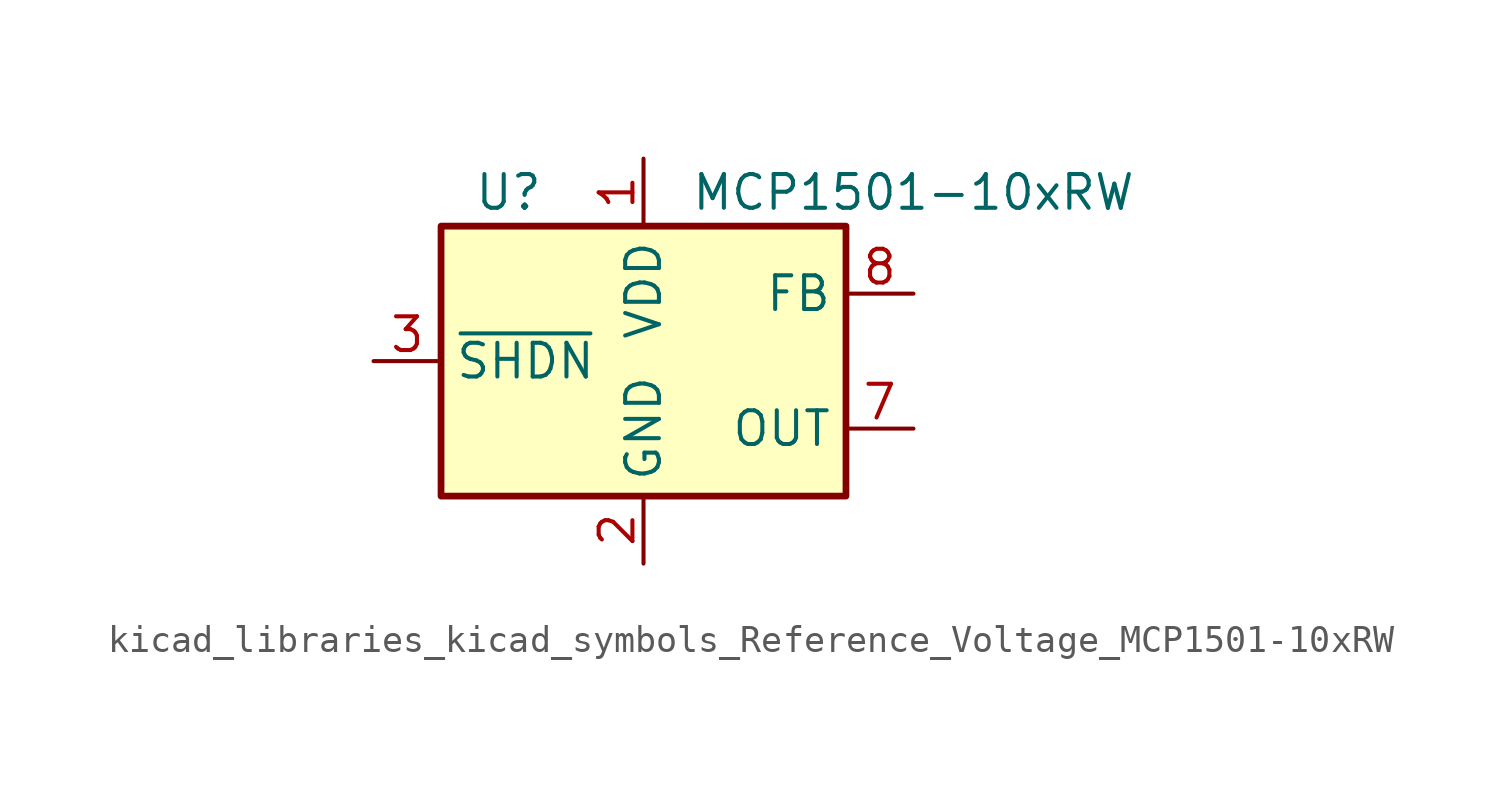
<source format=kicad_sym>
(kicad_symbol_lib
  (version 20220914)
  (generator kicad_symbol_editor)
  (symbol "kicad_libraries_kicad_symbols_Reference_Voltage_MCP1501-10xRW"
    (property "Reference" "U"
      (at -5.08 6.35 0)
      (effects (font (size 1.27 1.27))))
    (property "Value" "MCP1501-10xRW"
      (at 10.16 6.35 0)
      (effects (font (size 1.27 1.27))))
    (symbol "kicad_libraries_kicad_symbols_Reference_Voltage_MCP1501-10xRW_0_0"
      (pin power_in line (at 0 7.62 270) (length 2.54) (name "VDD" (effects (font (size 1.27 1.27)))) (number "1" (effects (font (size 1.27 1.27)))))
      (pin power_in line (at 0 -7.62 90) (length 2.54) (name "GND" (effects (font (size 1.27 1.27)))) (number "2" (effects (font (size 1.27 1.27)))))
      (pin input line (at -10.16 0 0) (length 2.54) (name "~{SHDN}" (effects (font (size 1.27 1.27)))) (number "3" (effects (font (size 1.27 1.27)))))
      (pin passive line (at 0 -7.62 90) (length 2.54) hide (name "GND" (effects (font (size 1.27 1.27)))) (number "4" (effects (font (size 1.27 1.27)))))
      (pin passive line (at 0 -7.62 90) (length 2.54) hide (name "GND" (effects (font (size 1.27 1.27)))) (number "5" (effects (font (size 1.27 1.27)))))
      (pin passive line (at 0 -7.62 90) (length 2.54) hide (name "GND" (effects (font (size 1.27 1.27)))) (number "6" (effects (font (size 1.27 1.27)))))
      (pin power_out line (at 10.16 -2.54 180) (length 2.54) (name "OUT" (effects (font (size 1.27 1.27)))) (number "7" (effects (font (size 1.27 1.27)))))
      (pin input line (at 10.16 2.54 180) (length 2.54) (name "FB" (effects (font (size 1.27 1.27)))) (number "8" (effects (font (size 1.27 1.27))))))
    (symbol "kicad_libraries_kicad_symbols_Reference_Voltage_MCP1501-10xRW_0_1"
      (rectangle (start -7.62 5.08) (end 7.62 -5.08) (stroke (width 0.254) (type default)) (fill (type background))))))
</source>
